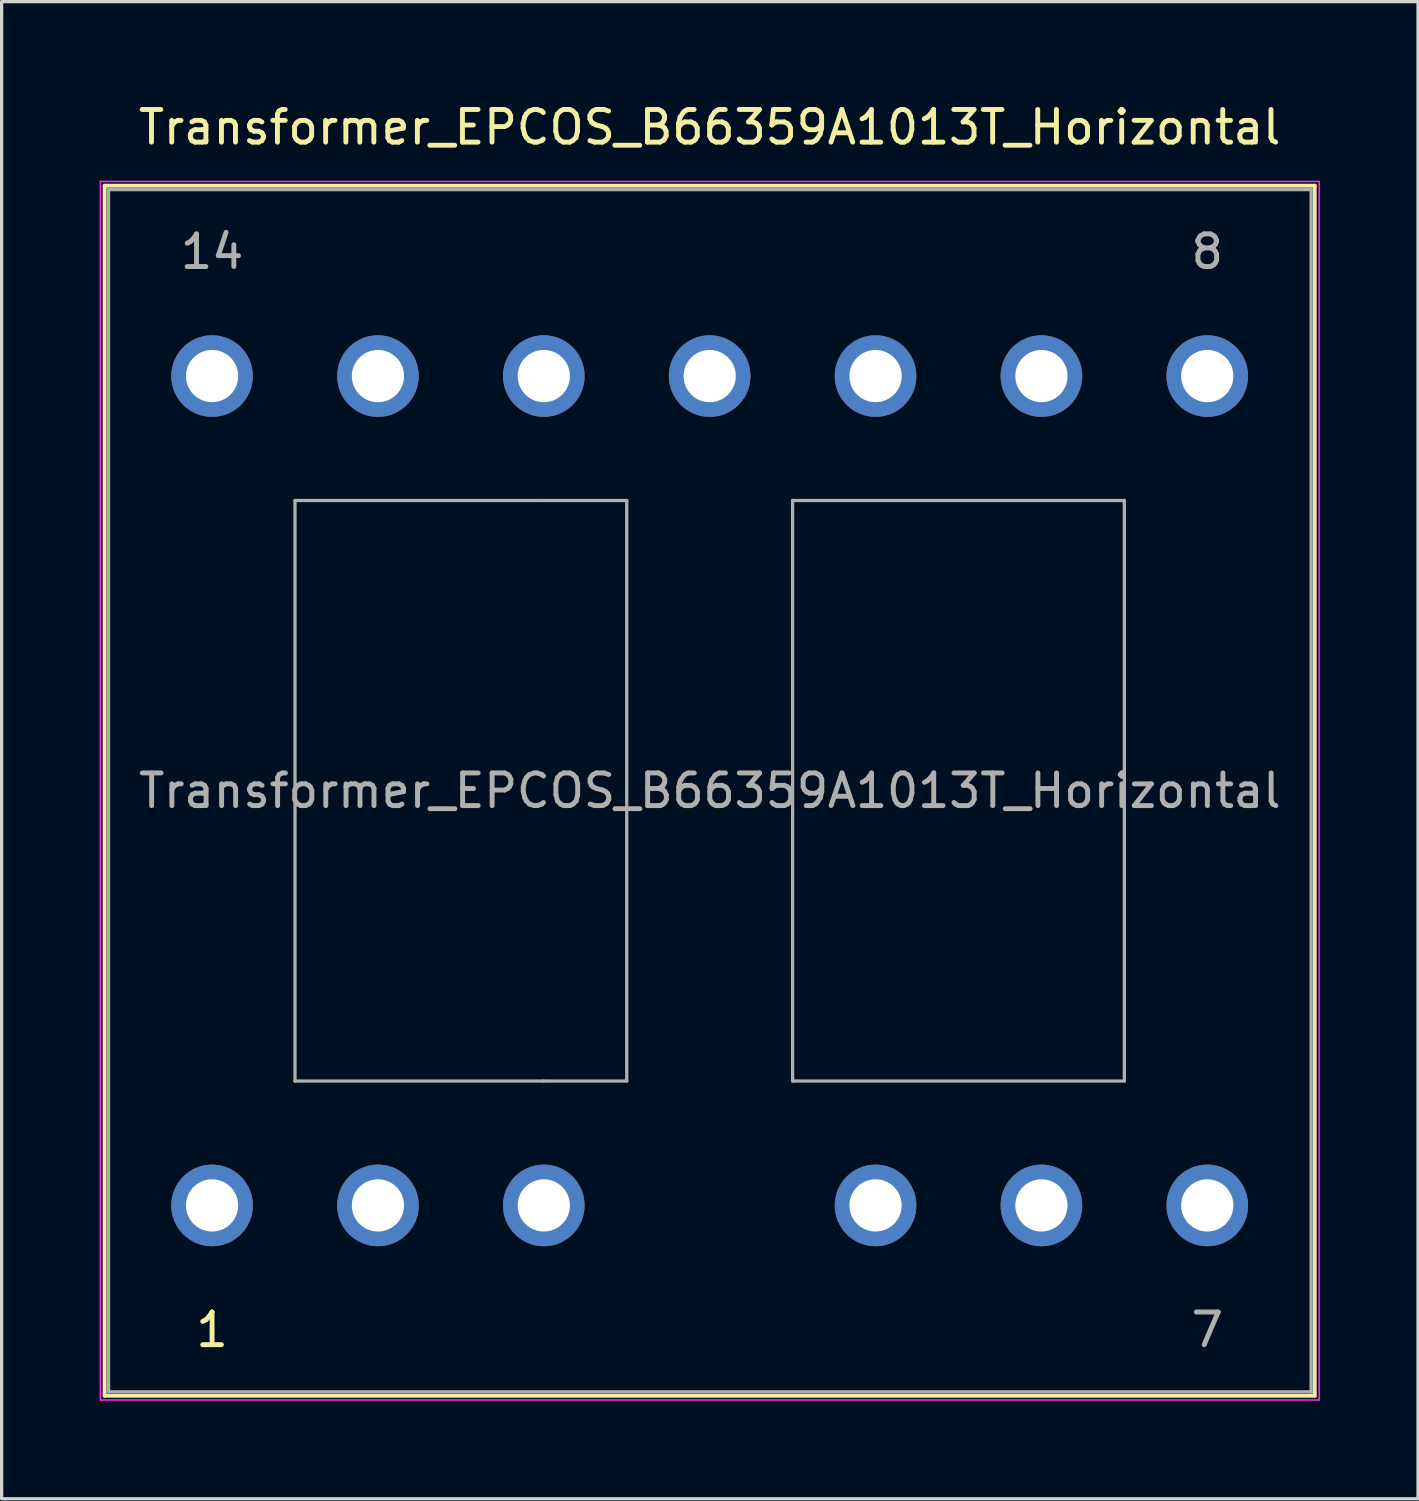
<source format=kicad_pcb>
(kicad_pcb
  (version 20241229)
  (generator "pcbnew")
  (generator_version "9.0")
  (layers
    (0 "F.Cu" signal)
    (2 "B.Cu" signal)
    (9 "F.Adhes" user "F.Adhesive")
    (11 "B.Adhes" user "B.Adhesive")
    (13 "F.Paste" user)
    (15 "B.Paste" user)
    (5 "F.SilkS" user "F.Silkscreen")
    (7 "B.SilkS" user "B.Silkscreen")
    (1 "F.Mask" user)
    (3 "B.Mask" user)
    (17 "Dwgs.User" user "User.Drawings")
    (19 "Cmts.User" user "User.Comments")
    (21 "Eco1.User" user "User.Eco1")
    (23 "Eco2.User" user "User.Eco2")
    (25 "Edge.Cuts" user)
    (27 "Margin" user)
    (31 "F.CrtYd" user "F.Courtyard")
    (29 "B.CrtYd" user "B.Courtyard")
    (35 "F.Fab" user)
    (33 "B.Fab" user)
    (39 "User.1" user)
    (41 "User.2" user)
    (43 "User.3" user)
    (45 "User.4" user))
  (footprint "Transformer_EPCOS_B66359A1013T_Horizontal"
    (layer "F.Cu")
    (at 3.445 33.868)
    (property "Reference" "Transformer_EPCOS_B66359A1013T_Horizontal" (at 15.24 -33.02 0) (layer "F.SilkS") (effects (font (size 1 1) (thickness 0.15))))
    (attr through_hole)
    (fp_line (start -3.29 -31.23) (end -3.29 5.83) (stroke (width 0.12) (type solid)) (layer "F.SilkS"))
    (fp_line (start -3.29 -31.23) (end 33.77 -31.23) (stroke (width 0.12) (type solid)) (layer "F.SilkS"))
    (fp_line (start 33.77 5.83) (end -3.29 5.83) (stroke (width 0.12) (type solid)) (layer "F.SilkS"))
    (fp_line (start 33.77 5.83) (end 33.77 -31.23) (stroke (width 0.12) (type solid)) (layer "F.SilkS"))
    (fp_line (start -3.42 -31.36) (end -3.42 5.96) (stroke (width 0.05) (type solid)) (layer "F.CrtYd"))
    (fp_line (start -3.42 -31.36) (end 33.91 -31.36) (stroke (width 0.05) (type solid)) (layer "F.CrtYd"))
    (fp_line (start 33.91 5.96) (end -3.42 5.96) (stroke (width 0.05) (type solid)) (layer "F.CrtYd"))
    (fp_line (start 33.91 5.96) (end 33.91 -31.36) (stroke (width 0.05) (type solid)) (layer "F.CrtYd"))
    (fp_line (start -3.17 -31.11) (end 33.66 -31.11) (stroke (width 0.1) (type solid)) (layer "F.Fab"))
    (fp_line (start -3.17 5.71) (end -3.17 -31.11) (stroke (width 0.1) (type solid)) (layer "F.Fab"))
    (fp_line (start 2.54 -21.59) (end 2.54 -3.81) (stroke (width 0.1) (type solid)) (layer "F.Fab"))
    (fp_line (start 2.54 -3.81) (end 10.16 -3.81) (stroke (width 0.1) (type solid)) (layer "F.Fab"))
    (fp_line (start 10.16 -21.59) (end 2.54 -21.59) (stroke (width 0.1) (type solid)) (layer "F.Fab"))
    (fp_line (start 10.16 -21.59) (end 12.7 -21.59) (stroke (width 0.1) (type solid)) (layer "F.Fab"))
    (fp_line (start 12.7 -21.59) (end 12.7 -3.81) (stroke (width 0.1) (type solid)) (layer "F.Fab"))
    (fp_line (start 12.7 -3.81) (end 10.16 -3.81) (stroke (width 0.1) (type solid)) (layer "F.Fab"))
    (fp_line (start 17.78 -21.59) (end 17.78 -3.81) (stroke (width 0.1) (type solid)) (layer "F.Fab"))
    (fp_line (start 17.78 -3.81) (end 27.94 -3.81) (stroke (width 0.1) (type solid)) (layer "F.Fab"))
    (fp_line (start 27.94 -21.59) (end 17.78 -21.59) (stroke (width 0.1) (type solid)) (layer "F.Fab"))
    (fp_line (start 27.94 -3.81) (end 27.94 -21.59) (stroke (width 0.1) (type solid)) (layer "F.Fab"))
    (fp_line (start 33.66 -31.11) (end 33.66 5.71) (stroke (width 0.1) (type solid)) (layer "F.Fab"))
    (fp_line (start 33.66 5.71) (end -3.17 5.71) (stroke (width 0.1) (type solid)) (layer "F.Fab"))
    (fp_text user "1" (at 0 3.81 0) (layer "F.SilkS") (effects (font (size 1 1) (thickness 0.15))))
    (fp_text user "8" (at 30.48 -29.21 0) (layer "F.Fab") (effects (font (size 1 1) (thickness 0.15))))
    (fp_text user "14" (at 0 -29.21 0) (layer "F.Fab") (effects (font (size 1 1) (thickness 0.15))))
    (fp_text user "7" (at 30.48 3.81 0) (layer "F.Fab") (effects (font (size 1 1) (thickness 0.15))))
    (fp_text user "${REFERENCE}" (at 15.245 -12.7 0) (layer "F.Fab") (effects (font (size 1 1) (thickness 0.15))))
    (pad "1" thru_hole circle (at 0 0) (size 2.5 2.5) (drill 1.6) (layers "*.Cu" "*.Mask"))
    (pad "2" thru_hole circle (at 5.08 0) (size 2.5 2.5) (drill 1.6) (layers "*.Cu" "*.Mask"))
    (pad "3" thru_hole circle (at 10.16 0) (size 2.5 2.5) (drill 1.6) (layers "*.Cu" "*.Mask"))
    (pad "5" thru_hole circle (at 20.32 0) (size 2.5 2.5) (drill 1.6) (layers "*.Cu" "*.Mask"))
    (pad "6" thru_hole circle (at 25.4 0) (size 2.5 2.5) (drill 1.6) (layers "*.Cu" "*.Mask"))
    (pad "7" thru_hole circle (at 30.48 0) (size 2.5 2.5) (drill 1.6) (layers "*.Cu" "*.Mask"))
    (pad "8" thru_hole circle (at 30.48 -25.4) (size 2.5 2.5) (drill 1.6) (layers "*.Cu" "*.Mask"))
    (pad "9" thru_hole circle (at 25.4 -25.4) (size 2.5 2.5) (drill 1.6) (layers "*.Cu" "*.Mask"))
    (pad "10" thru_hole circle (at 20.32 -25.4) (size 2.5 2.5) (drill 1.6) (layers "*.Cu" "*.Mask"))
    (pad "11" thru_hole circle (at 15.24 -25.4) (size 2.5 2.5) (drill 1.6) (layers "*.Cu" "*.Mask"))
    (pad "12" thru_hole circle (at 10.16 -25.4) (size 2.5 2.5) (drill 1.6) (layers "*.Cu" "*.Mask"))
    (pad "13" thru_hole circle (at 5.08 -25.4) (size 2.5 2.5) (drill 1.6) (layers "*.Cu" "*.Mask"))
    (pad "14" thru_hole circle (at 0 -25.4) (size 2.5 2.5) (drill 1.6) (layers "*.Cu" "*.Mask")))
  (gr_rect
    (start -3 -3)
    (end 40.38 42.853)
    (stroke (width 0.1) (type default))
    (fill no)
    (layer "Edge.Cuts")))
</source>
